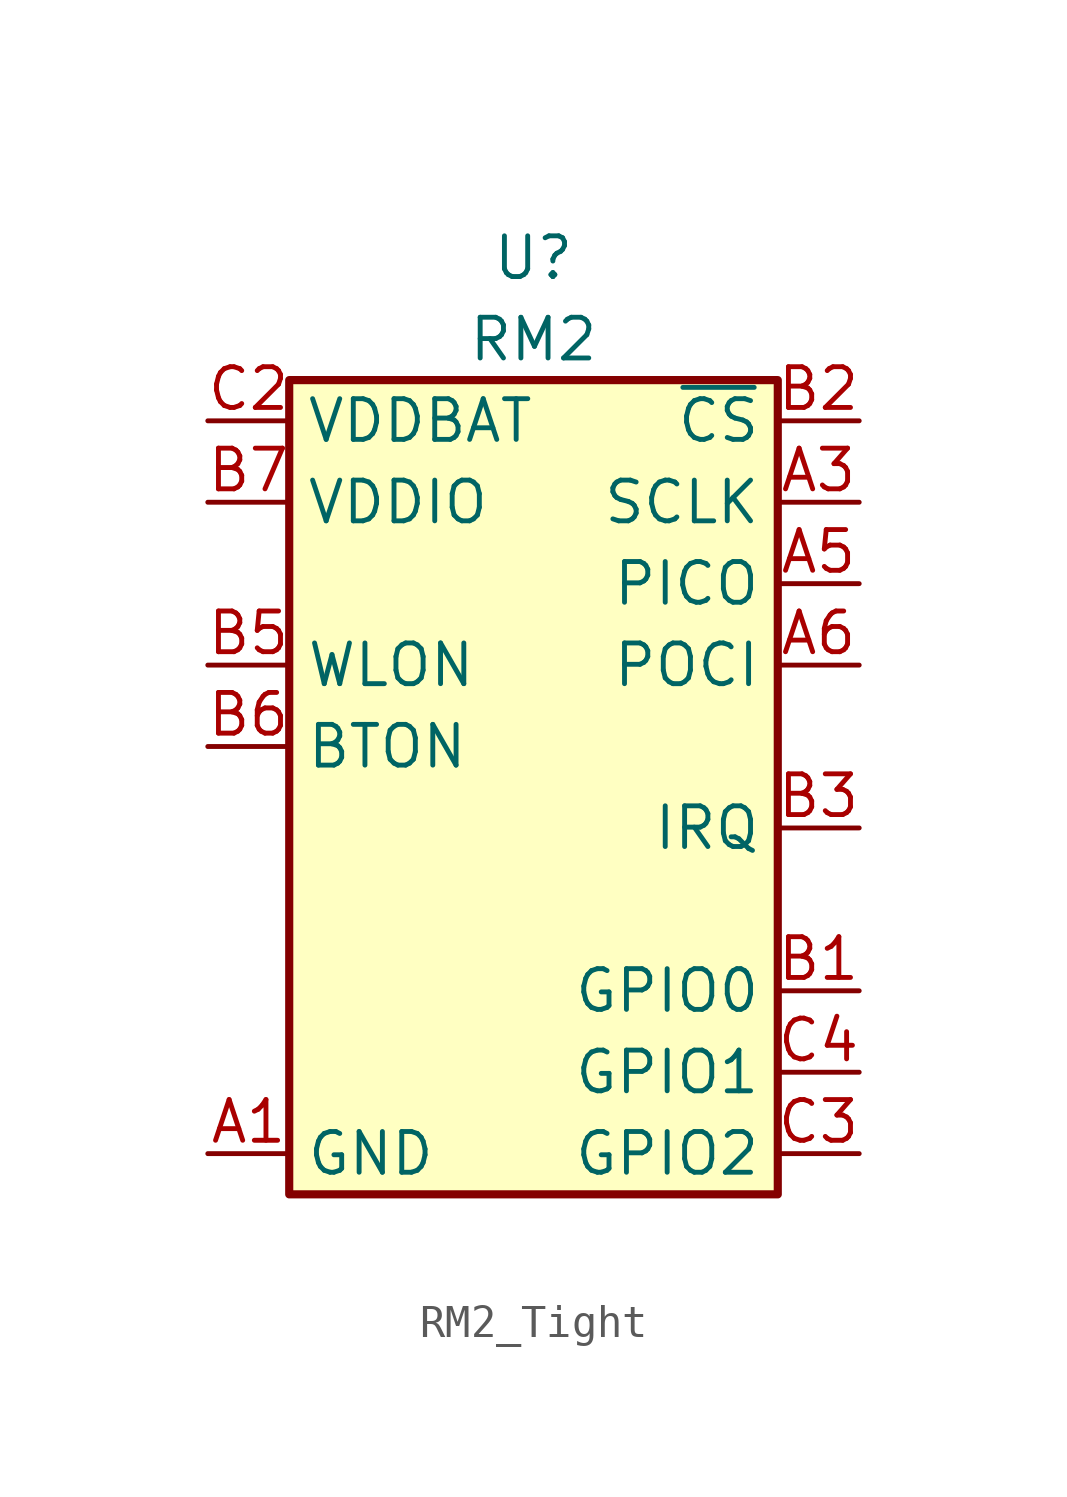
<source format=kicad_sym>
(kicad_symbol_lib
  (version 20231120)
  (generator "kicad_symbol_editor")
  (generator_version "8.0")
  (symbol "RM2_Tight"
    (property "Reference" "U"
      (at 0 16.51 0)
      (effects (font (size 1.27 1.27))))
    (property "Value" "RM2"
      (at 0 13.97 0)
      (effects (font (size 1.27 1.27))))
    (symbol "RM2_Tight_1_0"
      (pin bidirectional line (at -10.16 -11.43 0) (length 2.54) (name "GND" (effects (font (size 1.27 1.27)))) (number "A1" (effects (font (size 1.27 1.27)))))
      (pin no_connect line (at -7.62 -3.81 0) (length 2.54) hide (name "NC1" (effects (font (size 1.27 1.27)))) (number "A2" (effects (font (size 1.27 1.27)))))
      (pin bidirectional line (at 10.16 8.89 180) (length 2.54) (name "SCLK" (effects (font (size 1.27 1.27)))) (number "A3" (effects (font (size 1.27 1.27)))))
      (pin bidirectional line (at -10.16 -11.43 0) (length 2.54) hide (name "GND" (effects (font (size 1.27 1.27)))) (number "A4" (effects (font (size 1.27 1.27)))))
      (pin bidirectional line (at 10.16 6.35 180) (length 2.54) (name "PICO" (effects (font (size 1.27 1.27)))) (number "A5" (effects (font (size 1.27 1.27)))))
      (pin bidirectional line (at 10.16 3.81 180) (length 2.54) (name "POCI" (effects (font (size 1.27 1.27)))) (number "A6" (effects (font (size 1.27 1.27)))))
      (pin bidirectional line (at -10.16 -11.43 0) (length 2.54) hide (name "GND" (effects (font (size 1.27 1.27)))) (number "A7" (effects (font (size 1.27 1.27)))))
      (pin bidirectional line (at 10.16 -6.35 180) (length 2.54) (name "GPIO0" (effects (font (size 1.27 1.27)))) (number "B1" (effects (font (size 1.27 1.27)))))
      (pin bidirectional line (at 10.16 11.43 180) (length 2.54) (name "~{CS}" (effects (font (size 1.27 1.27)))) (number "B2" (effects (font (size 1.27 1.27)))))
      (pin bidirectional line (at 10.16 -1.27 180) (length 2.54) (name "IRQ" (effects (font (size 1.27 1.27)))) (number "B3" (effects (font (size 1.27 1.27)))))
      (pin bidirectional line (at -10.16 -11.43 0) (length 2.54) hide (name "GND" (effects (font (size 1.27 1.27)))) (number "B4" (effects (font (size 1.27 1.27)))))
      (pin bidirectional line (at -10.16 3.81 0) (length 2.54) (name "WLON" (effects (font (size 1.27 1.27)))) (number "B5" (effects (font (size 1.27 1.27)))))
      (pin bidirectional line (at -10.16 1.27 0) (length 2.54) (name "BTON" (effects (font (size 1.27 1.27)))) (number "B6" (effects (font (size 1.27 1.27)))))
      (pin bidirectional line (at -10.16 8.89 0) (length 2.54) (name "VDDIO" (effects (font (size 1.27 1.27)))) (number "B7" (effects (font (size 1.27 1.27)))))
      (pin bidirectional line (at -10.16 -11.43 0) (length 2.54) hide (name "GND" (effects (font (size 1.27 1.27)))) (number "C1" (effects (font (size 1.27 1.27)))))
      (pin bidirectional line (at -10.16 11.43 0) (length 2.54) (name "VDDBAT" (effects (font (size 1.27 1.27)))) (number "C2" (effects (font (size 1.27 1.27)))))
      (pin bidirectional line (at 10.16 -11.43 180) (length 2.54) (name "GPIO2" (effects (font (size 1.27 1.27)))) (number "C3" (effects (font (size 1.27 1.27)))))
      (pin bidirectional line (at 10.16 -8.89 180) (length 2.54) (name "GPIO1" (effects (font (size 1.27 1.27)))) (number "C4" (effects (font (size 1.27 1.27)))))
      (pin no_connect line (at -7.62 -6.35 0) (length 2.54) hide (name "NC2" (effects (font (size 1.27 1.27)))) (number "C5" (effects (font (size 1.27 1.27)))))
      (pin no_connect line (at -7.62 -8.89 0) (length 2.54) hide (name "NC3" (effects (font (size 1.27 1.27)))) (number "C6" (effects (font (size 1.27 1.27)))))
      (pin bidirectional line (at -10.16 -11.43 0) (length 2.54) hide (name "GND" (effects (font (size 1.27 1.27)))) (number "C7" (effects (font (size 1.27 1.27))))))
    (symbol "RM2_Tight_1_1"
      (rectangle (start -7.62 12.7) (end 7.62 -12.7) (stroke (width 0.254) (type default)) (fill (type background))))))
</source>
